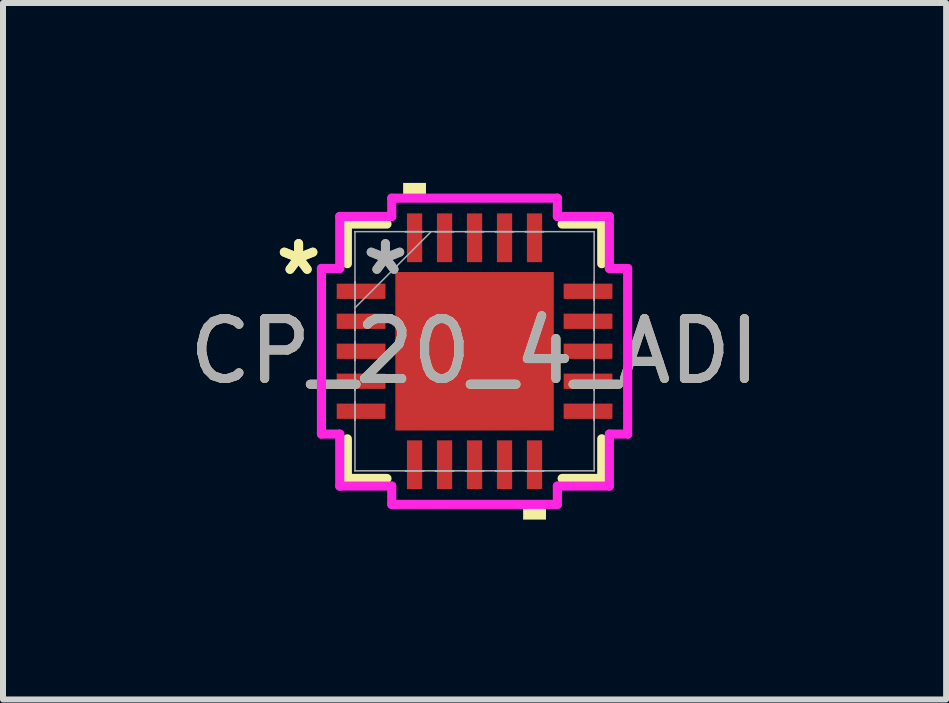
<source format=kicad_pcb>
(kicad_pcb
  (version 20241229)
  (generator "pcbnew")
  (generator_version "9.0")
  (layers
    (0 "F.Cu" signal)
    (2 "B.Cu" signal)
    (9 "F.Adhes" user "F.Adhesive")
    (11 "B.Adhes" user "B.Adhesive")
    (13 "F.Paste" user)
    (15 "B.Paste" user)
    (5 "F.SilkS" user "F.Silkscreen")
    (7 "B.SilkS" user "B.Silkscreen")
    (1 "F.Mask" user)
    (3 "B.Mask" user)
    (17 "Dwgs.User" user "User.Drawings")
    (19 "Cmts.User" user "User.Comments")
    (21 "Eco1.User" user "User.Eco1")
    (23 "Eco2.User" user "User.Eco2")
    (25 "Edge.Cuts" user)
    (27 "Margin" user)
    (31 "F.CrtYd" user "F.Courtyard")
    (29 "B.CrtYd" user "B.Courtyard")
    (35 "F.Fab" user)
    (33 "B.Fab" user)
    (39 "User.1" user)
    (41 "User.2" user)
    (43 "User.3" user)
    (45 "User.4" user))
  (footprint "CP_20_4_ADI"
    (layer "F.Cu")
    (at 4.863 2.807)
    (property "Reference" "CP_20_4_ADI" (at 0 0 0) (unlocked yes) (layer "F.SilkS") (effects (font (size 1 1) (thickness 0.15))))
    (attr smd)
    (fp_line (start -2.121 -2.121) (end -2.121 -1.46) (stroke (width 0.152) (type solid)) (layer "F.SilkS"))
    (fp_line (start -2.121 1.46) (end -2.121 2.121) (stroke (width 0.152) (type solid)) (layer "F.SilkS"))
    (fp_line (start -2.121 2.121) (end -1.46 2.121) (stroke (width 0.152) (type solid)) (layer "F.SilkS"))
    (fp_line (start -1.46 -2.121) (end -2.121 -2.121) (stroke (width 0.152) (type solid)) (layer "F.SilkS"))
    (fp_line (start 1.46 2.121) (end 2.121 2.121) (stroke (width 0.152) (type solid)) (layer "F.SilkS"))
    (fp_line (start 2.121 -2.121) (end 1.46 -2.121) (stroke (width 0.152) (type solid)) (layer "F.SilkS"))
    (fp_line (start 2.121 -1.46) (end 2.121 -2.121) (stroke (width 0.152) (type solid)) (layer "F.SilkS"))
    (fp_line (start 2.121 2.121) (end 2.121 1.46) (stroke (width 0.152) (type solid)) (layer "F.SilkS"))
    (fp_poly (pts (xy -1.191 -2.553) (xy -1.191 -2.807) (xy -0.81 -2.807) (xy -0.81 -2.553)) (stroke (width 0) (type solid)) (fill yes) (layer "F.SilkS"))
    (fp_poly (pts (xy 0.81 2.553) (xy 0.81 2.807) (xy 1.191 2.807) (xy 1.191 2.553)) (stroke (width 0) (type solid)) (fill yes) (layer "F.SilkS"))
    (fp_poly (pts (xy -1.221 -1.221) (xy -1.221 -0.1) (xy -0.1 -0.1) (xy -0.1 -1.221)) (stroke (width 0) (type solid)) (fill yes) (layer "F.Paste"))
    (fp_poly (pts (xy -1.221 0.1) (xy -1.221 1.221) (xy -0.1 1.221) (xy -0.1 0.1)) (stroke (width 0) (type solid)) (fill yes) (layer "F.Paste"))
    (fp_poly (pts (xy 0.1 -1.221) (xy 0.1 -0.1) (xy 1.221 -0.1) (xy 1.221 -1.221)) (stroke (width 0) (type solid)) (fill yes) (layer "F.Paste"))
    (fp_poly (pts (xy 0.1 0.1) (xy 0.1 1.221) (xy 1.221 1.221) (xy 1.221 0.1)) (stroke (width 0) (type solid)) (fill yes) (layer "F.Paste"))
    (fp_line (start -2.553 -1.381) (end -2.248 -1.381) (stroke (width 0.152) (type solid)) (layer "F.CrtYd"))
    (fp_line (start -2.553 1.381) (end -2.553 -1.381) (stroke (width 0.152) (type solid)) (layer "F.CrtYd"))
    (fp_line (start -2.248 -2.248) (end -1.381 -2.248) (stroke (width 0.152) (type solid)) (layer "F.CrtYd"))
    (fp_line (start -2.248 -1.381) (end -2.248 -2.248) (stroke (width 0.152) (type solid)) (layer "F.CrtYd"))
    (fp_line (start -2.248 1.381) (end -2.553 1.381) (stroke (width 0.152) (type solid)) (layer "F.CrtYd"))
    (fp_line (start -2.248 2.248) (end -2.248 1.381) (stroke (width 0.152) (type solid)) (layer "F.CrtYd"))
    (fp_line (start -1.381 -2.553) (end 1.381 -2.553) (stroke (width 0.152) (type solid)) (layer "F.CrtYd"))
    (fp_line (start -1.381 -2.248) (end -1.381 -2.553) (stroke (width 0.152) (type solid)) (layer "F.CrtYd"))
    (fp_line (start -1.381 2.248) (end -2.248 2.248) (stroke (width 0.152) (type solid)) (layer "F.CrtYd"))
    (fp_line (start -1.381 2.553) (end -1.381 2.248) (stroke (width 0.152) (type solid)) (layer "F.CrtYd"))
    (fp_line (start 1.381 -2.553) (end 1.381 -2.248) (stroke (width 0.152) (type solid)) (layer "F.CrtYd"))
    (fp_line (start 1.381 -2.248) (end 2.248 -2.248) (stroke (width 0.152) (type solid)) (layer "F.CrtYd"))
    (fp_line (start 1.381 2.248) (end 1.381 2.553) (stroke (width 0.152) (type solid)) (layer "F.CrtYd"))
    (fp_line (start 1.381 2.553) (end -1.381 2.553) (stroke (width 0.152) (type solid)) (layer "F.CrtYd"))
    (fp_line (start 2.248 -2.248) (end 2.248 -1.381) (stroke (width 0.152) (type solid)) (layer "F.CrtYd"))
    (fp_line (start 2.248 -1.381) (end 2.553 -1.381) (stroke (width 0.152) (type solid)) (layer "F.CrtYd"))
    (fp_line (start 2.248 1.381) (end 2.248 2.248) (stroke (width 0.152) (type solid)) (layer "F.CrtYd"))
    (fp_line (start 2.248 2.248) (end 1.381 2.248) (stroke (width 0.152) (type solid)) (layer "F.CrtYd"))
    (fp_line (start 2.553 -1.381) (end 2.553 1.381) (stroke (width 0.152) (type solid)) (layer "F.CrtYd"))
    (fp_line (start 2.553 1.381) (end 2.248 1.381) (stroke (width 0.152) (type solid)) (layer "F.CrtYd"))
    (fp_line (start -1.994 -1.994) (end -1.994 -1.994) (stroke (width 0.025) (type solid)) (layer "F.Fab"))
    (fp_line (start -1.994 -1.994) (end -1.994 1.994) (stroke (width 0.025) (type solid)) (layer "F.Fab"))
    (fp_line (start -1.994 -1.152) (end -1.994 -1.152) (stroke (width 0.025) (type solid)) (layer "F.Fab"))
    (fp_line (start -1.994 -1.152) (end -1.994 -0.848) (stroke (width 0.025) (type solid)) (layer "F.Fab"))
    (fp_line (start -1.994 -0.848) (end -1.994 -1.152) (stroke (width 0.025) (type solid)) (layer "F.Fab"))
    (fp_line (start -1.994 -0.848) (end -1.994 -0.848) (stroke (width 0.025) (type solid)) (layer "F.Fab"))
    (fp_line (start -1.994 -0.724) (end -0.724 -1.994) (stroke (width 0.025) (type solid)) (layer "F.Fab"))
    (fp_line (start -1.994 -0.652) (end -1.994 -0.652) (stroke (width 0.025) (type solid)) (layer "F.Fab"))
    (fp_line (start -1.994 -0.652) (end -1.994 -0.348) (stroke (width 0.025) (type solid)) (layer "F.Fab"))
    (fp_line (start -1.994 -0.348) (end -1.994 -0.652) (stroke (width 0.025) (type solid)) (layer "F.Fab"))
    (fp_line (start -1.994 -0.348) (end -1.994 -0.348) (stroke (width 0.025) (type solid)) (layer "F.Fab"))
    (fp_line (start -1.994 -0.152) (end -1.994 -0.152) (stroke (width 0.025) (type solid)) (layer "F.Fab"))
    (fp_line (start -1.994 -0.152) (end -1.994 0.152) (stroke (width 0.025) (type solid)) (layer "F.Fab"))
    (fp_line (start -1.994 0.152) (end -1.994 -0.152) (stroke (width 0.025) (type solid)) (layer "F.Fab"))
    (fp_line (start -1.994 0.152) (end -1.994 0.152) (stroke (width 0.025) (type solid)) (layer "F.Fab"))
    (fp_line (start -1.994 0.348) (end -1.994 0.348) (stroke (width 0.025) (type solid)) (layer "F.Fab"))
    (fp_line (start -1.994 0.348) (end -1.994 0.652) (stroke (width 0.025) (type solid)) (layer "F.Fab"))
    (fp_line (start -1.994 0.652) (end -1.994 0.348) (stroke (width 0.025) (type solid)) (layer "F.Fab"))
    (fp_line (start -1.994 0.652) (end -1.994 0.652) (stroke (width 0.025) (type solid)) (layer "F.Fab"))
    (fp_line (start -1.994 0.848) (end -1.994 0.848) (stroke (width 0.025) (type solid)) (layer "F.Fab"))
    (fp_line (start -1.994 0.848) (end -1.994 1.152) (stroke (width 0.025) (type solid)) (layer "F.Fab"))
    (fp_line (start -1.994 1.152) (end -1.994 0.848) (stroke (width 0.025) (type solid)) (layer "F.Fab"))
    (fp_line (start -1.994 1.152) (end -1.994 1.152) (stroke (width 0.025) (type solid)) (layer "F.Fab"))
    (fp_line (start -1.994 1.994) (end -1.994 1.994) (stroke (width 0.025) (type solid)) (layer "F.Fab"))
    (fp_line (start -1.994 1.994) (end 1.994 1.994) (stroke (width 0.025) (type solid)) (layer "F.Fab"))
    (fp_line (start -1.152 -1.994) (end -1.152 -1.994) (stroke (width 0.025) (type solid)) (layer "F.Fab"))
    (fp_line (start -1.152 -1.994) (end -0.848 -1.994) (stroke (width 0.025) (type solid)) (layer "F.Fab"))
    (fp_line (start -1.152 1.994) (end -1.152 1.994) (stroke (width 0.025) (type solid)) (layer "F.Fab"))
    (fp_line (start -1.152 1.994) (end -0.848 1.994) (stroke (width 0.025) (type solid)) (layer "F.Fab"))
    (fp_line (start -0.848 -1.994) (end -1.152 -1.994) (stroke (width 0.025) (type solid)) (layer "F.Fab"))
    (fp_line (start -0.848 -1.994) (end -0.848 -1.994) (stroke (width 0.025) (type solid)) (layer "F.Fab"))
    (fp_line (start -0.848 1.994) (end -1.152 1.994) (stroke (width 0.025) (type solid)) (layer "F.Fab"))
    (fp_line (start -0.848 1.994) (end -0.848 1.994) (stroke (width 0.025) (type solid)) (layer "F.Fab"))
    (fp_line (start -0.652 -1.994) (end -0.652 -1.994) (stroke (width 0.025) (type solid)) (layer "F.Fab"))
    (fp_line (start -0.652 -1.994) (end -0.348 -1.994) (stroke (width 0.025) (type solid)) (layer "F.Fab"))
    (fp_line (start -0.652 1.994) (end -0.652 1.994) (stroke (width 0.025) (type solid)) (layer "F.Fab"))
    (fp_line (start -0.652 1.994) (end -0.348 1.994) (stroke (width 0.025) (type solid)) (layer "F.Fab"))
    (fp_line (start -0.348 -1.994) (end -0.652 -1.994) (stroke (width 0.025) (type solid)) (layer "F.Fab"))
    (fp_line (start -0.348 -1.994) (end -0.348 -1.994) (stroke (width 0.025) (type solid)) (layer "F.Fab"))
    (fp_line (start -0.348 1.994) (end -0.652 1.994) (stroke (width 0.025) (type solid)) (layer "F.Fab"))
    (fp_line (start -0.348 1.994) (end -0.348 1.994) (stroke (width 0.025) (type solid)) (layer "F.Fab"))
    (fp_line (start -0.152 -1.994) (end -0.152 -1.994) (stroke (width 0.025) (type solid)) (layer "F.Fab"))
    (fp_line (start -0.152 -1.994) (end 0.152 -1.994) (stroke (width 0.025) (type solid)) (layer "F.Fab"))
    (fp_line (start -0.152 1.994) (end -0.152 1.994) (stroke (width 0.025) (type solid)) (layer "F.Fab"))
    (fp_line (start -0.152 1.994) (end 0.152 1.994) (stroke (width 0.025) (type solid)) (layer "F.Fab"))
    (fp_line (start 0.152 -1.994) (end -0.152 -1.994) (stroke (width 0.025) (type solid)) (layer "F.Fab"))
    (fp_line (start 0.152 -1.994) (end 0.152 -1.994) (stroke (width 0.025) (type solid)) (layer "F.Fab"))
    (fp_line (start 0.152 1.994) (end -0.152 1.994) (stroke (width 0.025) (type solid)) (layer "F.Fab"))
    (fp_line (start 0.152 1.994) (end 0.152 1.994) (stroke (width 0.025) (type solid)) (layer "F.Fab"))
    (fp_line (start 0.348 -1.994) (end 0.348 -1.994) (stroke (width 0.025) (type solid)) (layer "F.Fab"))
    (fp_line (start 0.348 -1.994) (end 0.652 -1.994) (stroke (width 0.025) (type solid)) (layer "F.Fab"))
    (fp_line (start 0.348 1.994) (end 0.348 1.994) (stroke (width 0.025) (type solid)) (layer "F.Fab"))
    (fp_line (start 0.348 1.994) (end 0.652 1.994) (stroke (width 0.025) (type solid)) (layer "F.Fab"))
    (fp_line (start 0.652 -1.994) (end 0.348 -1.994) (stroke (width 0.025) (type solid)) (layer "F.Fab"))
    (fp_line (start 0.652 -1.994) (end 0.652 -1.994) (stroke (width 0.025) (type solid)) (layer "F.Fab"))
    (fp_line (start 0.652 1.994) (end 0.348 1.994) (stroke (width 0.025) (type solid)) (layer "F.Fab"))
    (fp_line (start 0.652 1.994) (end 0.652 1.994) (stroke (width 0.025) (type solid)) (layer "F.Fab"))
    (fp_line (start 0.848 -1.994) (end 0.848 -1.994) (stroke (width 0.025) (type solid)) (layer "F.Fab"))
    (fp_line (start 0.848 -1.994) (end 1.152 -1.994) (stroke (width 0.025) (type solid)) (layer "F.Fab"))
    (fp_line (start 0.848 1.994) (end 0.848 1.994) (stroke (width 0.025) (type solid)) (layer "F.Fab"))
    (fp_line (start 0.848 1.994) (end 1.152 1.994) (stroke (width 0.025) (type solid)) (layer "F.Fab"))
    (fp_line (start 1.152 -1.994) (end 0.848 -1.994) (stroke (width 0.025) (type solid)) (layer "F.Fab"))
    (fp_line (start 1.152 -1.994) (end 1.152 -1.994) (stroke (width 0.025) (type solid)) (layer "F.Fab"))
    (fp_line (start 1.152 1.994) (end 0.848 1.994) (stroke (width 0.025) (type solid)) (layer "F.Fab"))
    (fp_line (start 1.152 1.994) (end 1.152 1.994) (stroke (width 0.025) (type solid)) (layer "F.Fab"))
    (fp_line (start 1.994 -1.994) (end -1.994 -1.994) (stroke (width 0.025) (type solid)) (layer "F.Fab"))
    (fp_line (start 1.994 -1.994) (end 1.994 -1.994) (stroke (width 0.025) (type solid)) (layer "F.Fab"))
    (fp_line (start 1.994 -1.152) (end 1.994 -1.152) (stroke (width 0.025) (type solid)) (layer "F.Fab"))
    (fp_line (start 1.994 -1.152) (end 1.994 -0.848) (stroke (width 0.025) (type solid)) (layer "F.Fab"))
    (fp_line (start 1.994 -0.848) (end 1.994 -1.152) (stroke (width 0.025) (type solid)) (layer "F.Fab"))
    (fp_line (start 1.994 -0.848) (end 1.994 -0.848) (stroke (width 0.025) (type solid)) (layer "F.Fab"))
    (fp_line (start 1.994 -0.652) (end 1.994 -0.652) (stroke (width 0.025) (type solid)) (layer "F.Fab"))
    (fp_line (start 1.994 -0.652) (end 1.994 -0.348) (stroke (width 0.025) (type solid)) (layer "F.Fab"))
    (fp_line (start 1.994 -0.348) (end 1.994 -0.652) (stroke (width 0.025) (type solid)) (layer "F.Fab"))
    (fp_line (start 1.994 -0.348) (end 1.994 -0.348) (stroke (width 0.025) (type solid)) (layer "F.Fab"))
    (fp_line (start 1.994 -0.152) (end 1.994 -0.152) (stroke (width 0.025) (type solid)) (layer "F.Fab"))
    (fp_line (start 1.994 -0.152) (end 1.994 0.152) (stroke (width 0.025) (type solid)) (layer "F.Fab"))
    (fp_line (start 1.994 0.152) (end 1.994 -0.152) (stroke (width 0.025) (type solid)) (layer "F.Fab"))
    (fp_line (start 1.994 0.152) (end 1.994 0.152) (stroke (width 0.025) (type solid)) (layer "F.Fab"))
    (fp_line (start 1.994 0.348) (end 1.994 0.348) (stroke (width 0.025) (type solid)) (layer "F.Fab"))
    (fp_line (start 1.994 0.348) (end 1.994 0.652) (stroke (width 0.025) (type solid)) (layer "F.Fab"))
    (fp_line (start 1.994 0.652) (end 1.994 0.348) (stroke (width 0.025) (type solid)) (layer "F.Fab"))
    (fp_line (start 1.994 0.652) (end 1.994 0.652) (stroke (width 0.025) (type solid)) (layer "F.Fab"))
    (fp_line (start 1.994 0.848) (end 1.994 0.848) (stroke (width 0.025) (type solid)) (layer "F.Fab"))
    (fp_line (start 1.994 0.848) (end 1.994 1.152) (stroke (width 0.025) (type solid)) (layer "F.Fab"))
    (fp_line (start 1.994 1.152) (end 1.994 0.848) (stroke (width 0.025) (type solid)) (layer "F.Fab"))
    (fp_line (start 1.994 1.152) (end 1.994 1.152) (stroke (width 0.025) (type solid)) (layer "F.Fab"))
    (fp_line (start 1.994 1.994) (end 1.994 -1.994) (stroke (width 0.025) (type solid)) (layer "F.Fab"))
    (fp_line (start 1.994 1.994) (end 1.994 1.994) (stroke (width 0.025) (type solid)) (layer "F.Fab"))
    (fp_text user "*" (at -2.934 -1.25 0) (unlocked yes) (layer "F.SilkS") (effects (font (size 1 1) (thickness 0.15))))
    (fp_text user "*" (at -2.934 -1.25 0) (layer "F.SilkS") (effects (font (size 1 1) (thickness 0.15))))
    (fp_text user "*" (at -1.486 -1.25 0) (layer "F.Fab") (effects (font (size 1 1) (thickness 0.15))))
    (fp_text user "*" (at -1.486 -1.25 0) (unlocked yes) (layer "F.Fab") (effects (font (size 1 1) (thickness 0.15))))
    (fp_text user "${REFERENCE}" (at 0 0 0) (unlocked yes) (layer "F.Fab") (effects (font (size 1 1) (thickness 0.15))))
    (pad "1" smd rect (at -1.892 -1 90) (size 0.254 0.813) (layers "F.Cu" "F.Mask" "F.Paste"))
    (pad "2" smd rect (at -1.892 -0.5 90) (size 0.254 0.813) (layers "F.Cu" "F.Mask" "F.Paste"))
    (pad "3" smd rect (at -1.892 0 90) (size 0.254 0.813) (layers "F.Cu" "F.Mask" "F.Paste"))
    (pad "4" smd rect (at -1.892 0.5 90) (size 0.254 0.813) (layers "F.Cu" "F.Mask" "F.Paste"))
    (pad "5" smd rect (at -1.892 1 90) (size 0.254 0.813) (layers "F.Cu" "F.Mask" "F.Paste"))
    (pad "6" smd rect (at -1 1.892) (size 0.254 0.813) (layers "F.Cu" "F.Mask" "F.Paste"))
    (pad "7" smd rect (at -0.5 1.892) (size 0.254 0.813) (layers "F.Cu" "F.Mask" "F.Paste"))
    (pad "8" smd rect (at 0 1.892) (size 0.254 0.813) (layers "F.Cu" "F.Mask" "F.Paste"))
    (pad "9" smd rect (at 0.5 1.892) (size 0.254 0.813) (layers "F.Cu" "F.Mask" "F.Paste"))
    (pad "10" smd rect (at 1 1.892) (size 0.254 0.813) (layers "F.Cu" "F.Mask" "F.Paste"))
    (pad "11" smd rect (at 1.892 1 90) (size 0.254 0.813) (layers "F.Cu" "F.Mask" "F.Paste"))
    (pad "12" smd rect (at 1.892 0.5 90) (size 0.254 0.813) (layers "F.Cu" "F.Mask" "F.Paste"))
    (pad "13" smd rect (at 1.892 0 90) (size 0.254 0.813) (layers "F.Cu" "F.Mask" "F.Paste"))
    (pad "14" smd rect (at 1.892 -0.5 90) (size 0.254 0.813) (layers "F.Cu" "F.Mask" "F.Paste"))
    (pad "15" smd rect (at 1.892 -1 90) (size 0.254 0.813) (layers "F.Cu" "F.Mask" "F.Paste"))
    (pad "16" smd rect (at 1 -1.892) (size 0.254 0.813) (layers "F.Cu" "F.Mask" "F.Paste"))
    (pad "17" smd rect (at 0.5 -1.892) (size 0.254 0.813) (layers "F.Cu" "F.Mask" "F.Paste"))
    (pad "18" smd rect (at 0 -1.892) (size 0.254 0.813) (layers "F.Cu" "F.Mask" "F.Paste"))
    (pad "19" smd rect (at -0.5 -1.892) (size 0.254 0.813) (layers "F.Cu" "F.Mask" "F.Paste"))
    (pad "20" smd rect (at -1 -1.892) (size 0.254 0.813) (layers "F.Cu" "F.Mask" "F.Paste"))
    (pad "21" smd rect (at 0 0) (size 2.642 2.642) (layers "F.Cu" "F.Mask")))
  (gr_rect
    (start -3 -3)
    (end 12.726 8.613)
    (stroke (width 0.1) (type default))
    (fill no)
    (layer "Edge.Cuts")))
</source>
